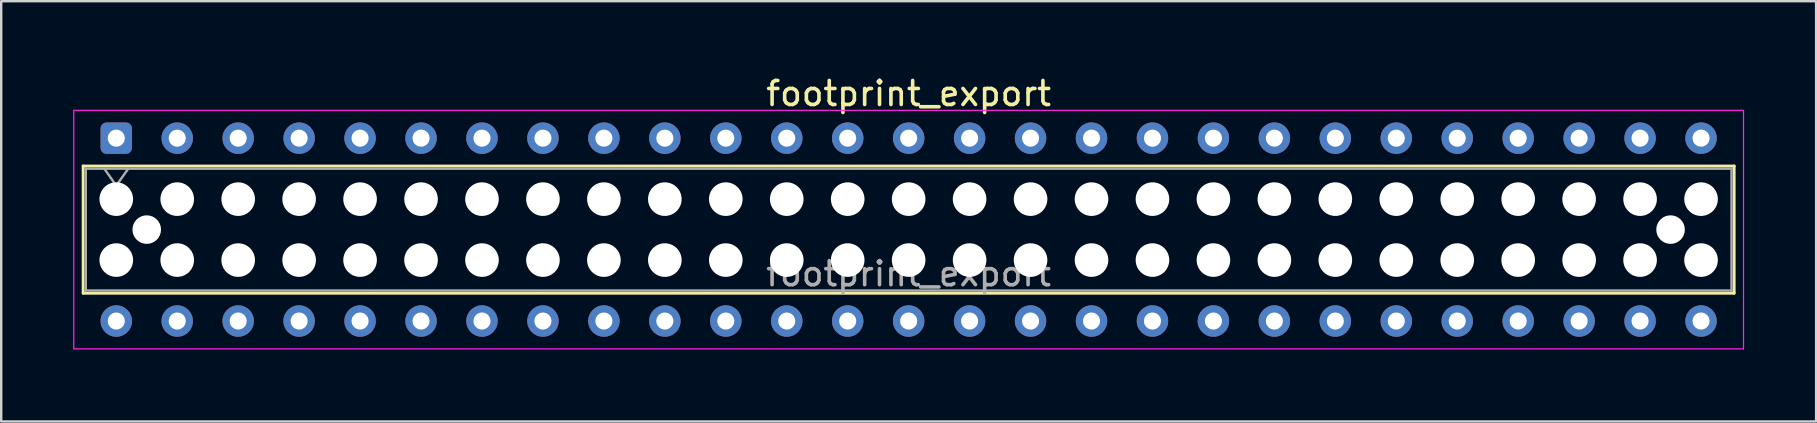
<source format=kicad_pcb>
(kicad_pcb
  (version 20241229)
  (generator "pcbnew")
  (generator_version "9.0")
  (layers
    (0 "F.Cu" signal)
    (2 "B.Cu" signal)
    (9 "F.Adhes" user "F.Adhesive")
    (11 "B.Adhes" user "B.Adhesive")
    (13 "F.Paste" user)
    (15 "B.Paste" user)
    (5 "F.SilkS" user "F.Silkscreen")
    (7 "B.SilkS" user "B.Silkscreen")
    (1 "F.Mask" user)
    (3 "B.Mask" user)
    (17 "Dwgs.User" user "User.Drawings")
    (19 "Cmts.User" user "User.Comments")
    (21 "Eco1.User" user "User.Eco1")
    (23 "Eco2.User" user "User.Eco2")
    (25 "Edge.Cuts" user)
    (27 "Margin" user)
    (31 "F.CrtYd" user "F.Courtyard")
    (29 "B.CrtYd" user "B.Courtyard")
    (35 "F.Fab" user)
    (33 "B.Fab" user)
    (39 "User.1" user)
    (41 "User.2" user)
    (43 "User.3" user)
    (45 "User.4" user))
  (footprint "footprint_export"
    (layer "F.Cu")
    (at 1.795 2.708)
    (property "Reference" "footprint_export" (at 33.02 -1.86 0) (layer "F.SilkS") (effects (font (size 1 1) (thickness 0.15))))
    (attr through_hole)
    (fp_line (start -1.38 1.16) (end 67.42 1.16) (stroke (width 0.12) (type solid)) (layer "F.SilkS"))
    (fp_line (start -1.38 6.46) (end -1.38 1.16) (stroke (width 0.12) (type solid)) (layer "F.SilkS"))
    (fp_line (start 67.42 1.16) (end 67.42 6.46) (stroke (width 0.12) (type solid)) (layer "F.SilkS"))
    (fp_line (start 67.42 6.46) (end -1.38 6.46) (stroke (width 0.12) (type solid)) (layer "F.SilkS"))
    (fp_line (start -1.77 -1.16) (end 67.81 -1.16) (stroke (width 0.05) (type solid)) (layer "F.CrtYd"))
    (fp_line (start -1.77 8.78) (end -1.77 -1.16) (stroke (width 0.05) (type solid)) (layer "F.CrtYd"))
    (fp_line (start 67.81 -1.16) (end 67.81 8.78) (stroke (width 0.05) (type solid)) (layer "F.CrtYd"))
    (fp_line (start 67.81 8.78) (end -1.77 8.78) (stroke (width 0.05) (type solid)) (layer "F.CrtYd"))
    (fp_line (start -1.27 1.27) (end 67.31 1.27) (stroke (width 0.1) (type solid)) (layer "F.Fab"))
    (fp_line (start -1.27 6.35) (end -1.27 1.27) (stroke (width 0.1) (type solid)) (layer "F.Fab"))
    (fp_line (start -0.5 1.27) (end 0 1.977) (stroke (width 0.1) (type solid)) (layer "F.Fab"))
    (fp_line (start 0 1.977) (end 0.5 1.27) (stroke (width 0.1) (type solid)) (layer "F.Fab"))
    (fp_line (start 67.31 1.27) (end 67.31 6.35) (stroke (width 0.1) (type solid)) (layer "F.Fab"))
    (fp_line (start 67.31 6.35) (end -1.27 6.35) (stroke (width 0.1) (type solid)) (layer "F.Fab"))
    (fp_text user "${REFERENCE}" (at 33.02 5.65 0) (layer "F.Fab") (effects (font (size 1 1) (thickness 0.15))))
    (pad "" np_thru_hole circle (at 0 2.54) (size 1.4 1.4) (drill 1.4) (layers "*.Cu" "*.Mask"))
    (pad "" np_thru_hole circle (at 0 5.08) (size 1.4 1.4) (drill 1.4) (layers "*.Cu" "*.Mask"))
    (pad "" np_thru_hole circle (at 1.27 3.81) (size 1.19 1.19) (drill 1.19) (layers "*.Cu" "*.Mask"))
    (pad "" np_thru_hole circle (at 2.54 2.54) (size 1.4 1.4) (drill 1.4) (layers "*.Cu" "*.Mask"))
    (pad "" np_thru_hole circle (at 2.54 5.08) (size 1.4 1.4) (drill 1.4) (layers "*.Cu" "*.Mask"))
    (pad "" np_thru_hole circle (at 5.08 2.54) (size 1.4 1.4) (drill 1.4) (layers "*.Cu" "*.Mask"))
    (pad "" np_thru_hole circle (at 5.08 5.08) (size 1.4 1.4) (drill 1.4) (layers "*.Cu" "*.Mask"))
    (pad "" np_thru_hole circle (at 7.62 2.54) (size 1.4 1.4) (drill 1.4) (layers "*.Cu" "*.Mask"))
    (pad "" np_thru_hole circle (at 7.62 5.08) (size 1.4 1.4) (drill 1.4) (layers "*.Cu" "*.Mask"))
    (pad "" np_thru_hole circle (at 10.16 2.54) (size 1.4 1.4) (drill 1.4) (layers "*.Cu" "*.Mask"))
    (pad "" np_thru_hole circle (at 10.16 5.08) (size 1.4 1.4) (drill 1.4) (layers "*.Cu" "*.Mask"))
    (pad "" np_thru_hole circle (at 12.7 2.54) (size 1.4 1.4) (drill 1.4) (layers "*.Cu" "*.Mask"))
    (pad "" np_thru_hole circle (at 12.7 5.08) (size 1.4 1.4) (drill 1.4) (layers "*.Cu" "*.Mask"))
    (pad "" np_thru_hole circle (at 15.24 2.54) (size 1.4 1.4) (drill 1.4) (layers "*.Cu" "*.Mask"))
    (pad "" np_thru_hole circle (at 15.24 5.08) (size 1.4 1.4) (drill 1.4) (layers "*.Cu" "*.Mask"))
    (pad "" np_thru_hole circle (at 17.78 2.54) (size 1.4 1.4) (drill 1.4) (layers "*.Cu" "*.Mask"))
    (pad "" np_thru_hole circle (at 17.78 5.08) (size 1.4 1.4) (drill 1.4) (layers "*.Cu" "*.Mask"))
    (pad "" np_thru_hole circle (at 20.32 2.54) (size 1.4 1.4) (drill 1.4) (layers "*.Cu" "*.Mask"))
    (pad "" np_thru_hole circle (at 20.32 5.08) (size 1.4 1.4) (drill 1.4) (layers "*.Cu" "*.Mask"))
    (pad "" np_thru_hole circle (at 22.86 2.54) (size 1.4 1.4) (drill 1.4) (layers "*.Cu" "*.Mask"))
    (pad "" np_thru_hole circle (at 22.86 5.08) (size 1.4 1.4) (drill 1.4) (layers "*.Cu" "*.Mask"))
    (pad "" np_thru_hole circle (at 25.4 2.54) (size 1.4 1.4) (drill 1.4) (layers "*.Cu" "*.Mask"))
    (pad "" np_thru_hole circle (at 25.4 5.08) (size 1.4 1.4) (drill 1.4) (layers "*.Cu" "*.Mask"))
    (pad "" np_thru_hole circle (at 27.94 2.54) (size 1.4 1.4) (drill 1.4) (layers "*.Cu" "*.Mask"))
    (pad "" np_thru_hole circle (at 27.94 5.08) (size 1.4 1.4) (drill 1.4) (layers "*.Cu" "*.Mask"))
    (pad "" np_thru_hole circle (at 30.48 2.54) (size 1.4 1.4) (drill 1.4) (layers "*.Cu" "*.Mask"))
    (pad "" np_thru_hole circle (at 30.48 5.08) (size 1.4 1.4) (drill 1.4) (layers "*.Cu" "*.Mask"))
    (pad "" np_thru_hole circle (at 33.02 2.54) (size 1.4 1.4) (drill 1.4) (layers "*.Cu" "*.Mask"))
    (pad "" np_thru_hole circle (at 33.02 5.08) (size 1.4 1.4) (drill 1.4) (layers "*.Cu" "*.Mask"))
    (pad "" np_thru_hole circle (at 35.56 2.54) (size 1.4 1.4) (drill 1.4) (layers "*.Cu" "*.Mask"))
    (pad "" np_thru_hole circle (at 35.56 5.08) (size 1.4 1.4) (drill 1.4) (layers "*.Cu" "*.Mask"))
    (pad "" np_thru_hole circle (at 38.1 2.54) (size 1.4 1.4) (drill 1.4) (layers "*.Cu" "*.Mask"))
    (pad "" np_thru_hole circle (at 38.1 5.08) (size 1.4 1.4) (drill 1.4) (layers "*.Cu" "*.Mask"))
    (pad "" np_thru_hole circle (at 40.64 2.54) (size 1.4 1.4) (drill 1.4) (layers "*.Cu" "*.Mask"))
    (pad "" np_thru_hole circle (at 40.64 5.08) (size 1.4 1.4) (drill 1.4) (layers "*.Cu" "*.Mask"))
    (pad "" np_thru_hole circle (at 43.18 2.54) (size 1.4 1.4) (drill 1.4) (layers "*.Cu" "*.Mask"))
    (pad "" np_thru_hole circle (at 43.18 5.08) (size 1.4 1.4) (drill 1.4) (layers "*.Cu" "*.Mask"))
    (pad "" np_thru_hole circle (at 45.72 2.54) (size 1.4 1.4) (drill 1.4) (layers "*.Cu" "*.Mask"))
    (pad "" np_thru_hole circle (at 45.72 5.08) (size 1.4 1.4) (drill 1.4) (layers "*.Cu" "*.Mask"))
    (pad "" np_thru_hole circle (at 48.26 2.54) (size 1.4 1.4) (drill 1.4) (layers "*.Cu" "*.Mask"))
    (pad "" np_thru_hole circle (at 48.26 5.08) (size 1.4 1.4) (drill 1.4) (layers "*.Cu" "*.Mask"))
    (pad "" np_thru_hole circle (at 50.8 2.54) (size 1.4 1.4) (drill 1.4) (layers "*.Cu" "*.Mask"))
    (pad "" np_thru_hole circle (at 50.8 5.08) (size 1.4 1.4) (drill 1.4) (layers "*.Cu" "*.Mask"))
    (pad "" np_thru_hole circle (at 53.34 2.54) (size 1.4 1.4) (drill 1.4) (layers "*.Cu" "*.Mask"))
    (pad "" np_thru_hole circle (at 53.34 5.08) (size 1.4 1.4) (drill 1.4) (layers "*.Cu" "*.Mask"))
    (pad "" np_thru_hole circle (at 55.88 2.54) (size 1.4 1.4) (drill 1.4) (layers "*.Cu" "*.Mask"))
    (pad "" np_thru_hole circle (at 55.88 5.08) (size 1.4 1.4) (drill 1.4) (layers "*.Cu" "*.Mask"))
    (pad "" np_thru_hole circle (at 58.42 2.54) (size 1.4 1.4) (drill 1.4) (layers "*.Cu" "*.Mask"))
    (pad "" np_thru_hole circle (at 58.42 5.08) (size 1.4 1.4) (drill 1.4) (layers "*.Cu" "*.Mask"))
    (pad "" np_thru_hole circle (at 60.96 2.54) (size 1.4 1.4) (drill 1.4) (layers "*.Cu" "*.Mask"))
    (pad "" np_thru_hole circle (at 60.96 5.08) (size 1.4 1.4) (drill 1.4) (layers "*.Cu" "*.Mask"))
    (pad "" np_thru_hole circle (at 63.5 2.54) (size 1.4 1.4) (drill 1.4) (layers "*.Cu" "*.Mask"))
    (pad "" np_thru_hole circle (at 63.5 5.08) (size 1.4 1.4) (drill 1.4) (layers "*.Cu" "*.Mask"))
    (pad "" np_thru_hole circle (at 64.77 3.81) (size 1.19 1.19) (drill 1.19) (layers "*.Cu" "*.Mask"))
    (pad "" np_thru_hole circle (at 66.04 2.54) (size 1.4 1.4) (drill 1.4) (layers "*.Cu" "*.Mask"))
    (pad "" np_thru_hole circle (at 66.04 5.08) (size 1.4 1.4) (drill 1.4) (layers "*.Cu" "*.Mask"))
    (pad "1" thru_hole roundrect (at 0 0) (size 1.31 1.31) (drill 0.71) (layers "*.Cu" "*.Mask") (roundrect_rratio 0.191))
    (pad "2" thru_hole circle (at 0 7.62) (size 1.31 1.31) (drill 0.71) (layers "*.Cu" "*.Mask"))
    (pad "3" thru_hole circle (at 2.54 0) (size 1.31 1.31) (drill 0.71) (layers "*.Cu" "*.Mask"))
    (pad "4" thru_hole circle (at 2.54 7.62) (size 1.31 1.31) (drill 0.71) (layers "*.Cu" "*.Mask"))
    (pad "5" thru_hole circle (at 5.08 0) (size 1.31 1.31) (drill 0.71) (layers "*.Cu" "*.Mask"))
    (pad "6" thru_hole circle (at 5.08 7.62) (size 1.31 1.31) (drill 0.71) (layers "*.Cu" "*.Mask"))
    (pad "7" thru_hole circle (at 7.62 0) (size 1.31 1.31) (drill 0.71) (layers "*.Cu" "*.Mask"))
    (pad "8" thru_hole circle (at 7.62 7.62) (size 1.31 1.31) (drill 0.71) (layers "*.Cu" "*.Mask"))
    (pad "9" thru_hole circle (at 10.16 0) (size 1.31 1.31) (drill 0.71) (layers "*.Cu" "*.Mask"))
    (pad "10" thru_hole circle (at 10.16 7.62) (size 1.31 1.31) (drill 0.71) (layers "*.Cu" "*.Mask"))
    (pad "11" thru_hole circle (at 12.7 0) (size 1.31 1.31) (drill 0.71) (layers "*.Cu" "*.Mask"))
    (pad "12" thru_hole circle (at 12.7 7.62) (size 1.31 1.31) (drill 0.71) (layers "*.Cu" "*.Mask"))
    (pad "13" thru_hole circle (at 15.24 0) (size 1.31 1.31) (drill 0.71) (layers "*.Cu" "*.Mask"))
    (pad "14" thru_hole circle (at 15.24 7.62) (size 1.31 1.31) (drill 0.71) (layers "*.Cu" "*.Mask"))
    (pad "15" thru_hole circle (at 17.78 0) (size 1.31 1.31) (drill 0.71) (layers "*.Cu" "*.Mask"))
    (pad "16" thru_hole circle (at 17.78 7.62) (size 1.31 1.31) (drill 0.71) (layers "*.Cu" "*.Mask"))
    (pad "17" thru_hole circle (at 20.32 0) (size 1.31 1.31) (drill 0.71) (layers "*.Cu" "*.Mask"))
    (pad "18" thru_hole circle (at 20.32 7.62) (size 1.31 1.31) (drill 0.71) (layers "*.Cu" "*.Mask"))
    (pad "19" thru_hole circle (at 22.86 0) (size 1.31 1.31) (drill 0.71) (layers "*.Cu" "*.Mask"))
    (pad "20" thru_hole circle (at 22.86 7.62) (size 1.31 1.31) (drill 0.71) (layers "*.Cu" "*.Mask"))
    (pad "21" thru_hole circle (at 25.4 0) (size 1.31 1.31) (drill 0.71) (layers "*.Cu" "*.Mask"))
    (pad "22" thru_hole circle (at 25.4 7.62) (size 1.31 1.31) (drill 0.71) (layers "*.Cu" "*.Mask"))
    (pad "23" thru_hole circle (at 27.94 0) (size 1.31 1.31) (drill 0.71) (layers "*.Cu" "*.Mask"))
    (pad "24" thru_hole circle (at 27.94 7.62) (size 1.31 1.31) (drill 0.71) (layers "*.Cu" "*.Mask"))
    (pad "25" thru_hole circle (at 30.48 0) (size 1.31 1.31) (drill 0.71) (layers "*.Cu" "*.Mask"))
    (pad "26" thru_hole circle (at 30.48 7.62) (size 1.31 1.31) (drill 0.71) (layers "*.Cu" "*.Mask"))
    (pad "27" thru_hole circle (at 33.02 0) (size 1.31 1.31) (drill 0.71) (layers "*.Cu" "*.Mask"))
    (pad "28" thru_hole circle (at 33.02 7.62) (size 1.31 1.31) (drill 0.71) (layers "*.Cu" "*.Mask"))
    (pad "29" thru_hole circle (at 35.56 0) (size 1.31 1.31) (drill 0.71) (layers "*.Cu" "*.Mask"))
    (pad "30" thru_hole circle (at 35.56 7.62) (size 1.31 1.31) (drill 0.71) (layers "*.Cu" "*.Mask"))
    (pad "31" thru_hole circle (at 38.1 0) (size 1.31 1.31) (drill 0.71) (layers "*.Cu" "*.Mask"))
    (pad "32" thru_hole circle (at 38.1 7.62) (size 1.31 1.31) (drill 0.71) (layers "*.Cu" "*.Mask"))
    (pad "33" thru_hole circle (at 40.64 0) (size 1.31 1.31) (drill 0.71) (layers "*.Cu" "*.Mask"))
    (pad "34" thru_hole circle (at 40.64 7.62) (size 1.31 1.31) (drill 0.71) (layers "*.Cu" "*.Mask"))
    (pad "35" thru_hole circle (at 43.18 0) (size 1.31 1.31) (drill 0.71) (layers "*.Cu" "*.Mask"))
    (pad "36" thru_hole circle (at 43.18 7.62) (size 1.31 1.31) (drill 0.71) (layers "*.Cu" "*.Mask"))
    (pad "37" thru_hole circle (at 45.72 0) (size 1.31 1.31) (drill 0.71) (layers "*.Cu" "*.Mask"))
    (pad "38" thru_hole circle (at 45.72 7.62) (size 1.31 1.31) (drill 0.71) (layers "*.Cu" "*.Mask"))
    (pad "39" thru_hole circle (at 48.26 0) (size 1.31 1.31) (drill 0.71) (layers "*.Cu" "*.Mask"))
    (pad "40" thru_hole circle (at 48.26 7.62) (size 1.31 1.31) (drill 0.71) (layers "*.Cu" "*.Mask"))
    (pad "41" thru_hole circle (at 50.8 0) (size 1.31 1.31) (drill 0.71) (layers "*.Cu" "*.Mask"))
    (pad "42" thru_hole circle (at 50.8 7.62) (size 1.31 1.31) (drill 0.71) (layers "*.Cu" "*.Mask"))
    (pad "43" thru_hole circle (at 53.34 0) (size 1.31 1.31) (drill 0.71) (layers "*.Cu" "*.Mask"))
    (pad "44" thru_hole circle (at 53.34 7.62) (size 1.31 1.31) (drill 0.71) (layers "*.Cu" "*.Mask"))
    (pad "45" thru_hole circle (at 55.88 0) (size 1.31 1.31) (drill 0.71) (layers "*.Cu" "*.Mask"))
    (pad "46" thru_hole circle (at 55.88 7.62) (size 1.31 1.31) (drill 0.71) (layers "*.Cu" "*.Mask"))
    (pad "47" thru_hole circle (at 58.42 0) (size 1.31 1.31) (drill 0.71) (layers "*.Cu" "*.Mask"))
    (pad "48" thru_hole circle (at 58.42 7.62) (size 1.31 1.31) (drill 0.71) (layers "*.Cu" "*.Mask"))
    (pad "49" thru_hole circle (at 60.96 0) (size 1.31 1.31) (drill 0.71) (layers "*.Cu" "*.Mask"))
    (pad "50" thru_hole circle (at 60.96 7.62) (size 1.31 1.31) (drill 0.71) (layers "*.Cu" "*.Mask"))
    (pad "51" thru_hole circle (at 63.5 0) (size 1.31 1.31) (drill 0.71) (layers "*.Cu" "*.Mask"))
    (pad "52" thru_hole circle (at 63.5 7.62) (size 1.31 1.31) (drill 0.71) (layers "*.Cu" "*.Mask"))
    (pad "53" thru_hole circle (at 66.04 0) (size 1.31 1.31) (drill 0.71) (layers "*.Cu" "*.Mask"))
    (pad "54" thru_hole circle (at 66.04 7.62) (size 1.31 1.31) (drill 0.71) (layers "*.Cu" "*.Mask")))
  (gr_rect
    (start -3 -3)
    (end 72.63 14.513)
    (stroke (width 0.1) (type default))
    (fill no)
    (layer "Edge.Cuts")))
</source>
